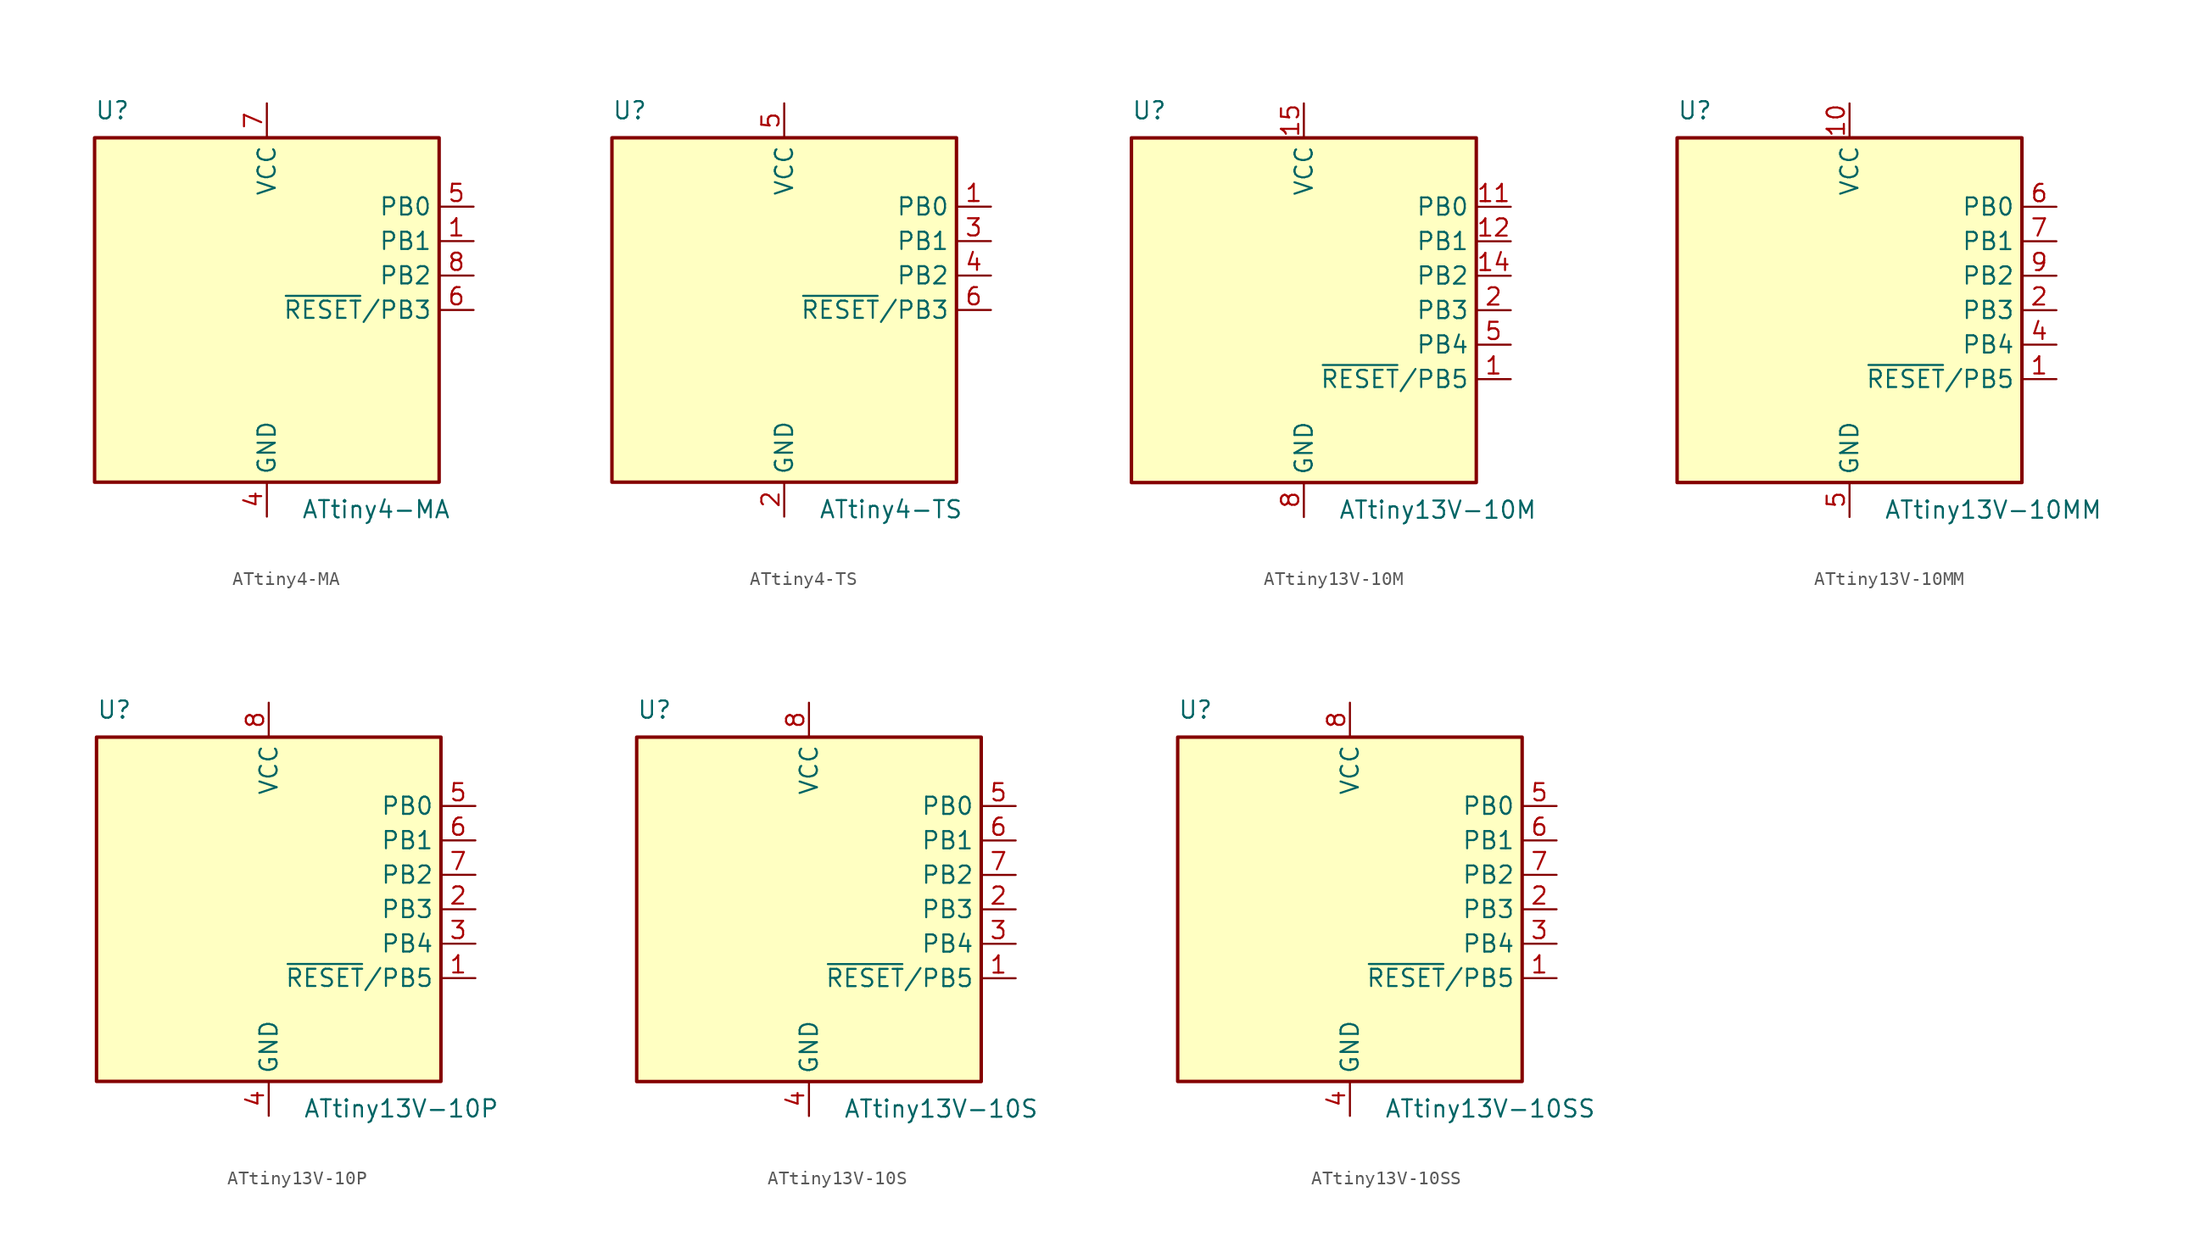
<source format=kicad_sym>
(kicad_symbol_lib
  (version 20201005)
  (generator kicad_symbol_editor)
  (symbol "MCU_Microchip_ATtiny:ATtiny4-MA"
    (property "Reference" "U"
      (at -12.7 13.97 0)
      (effects (font (size 1.27 1.27)) (justify left bottom)))
    (property "Value" "ATtiny4-MA"
      (at 2.54 -13.97 0)
      (effects (font (size 1.27 1.27)) (justify left top)))
    (symbol "ATtiny4-MA_0_1"
      (rectangle (start -12.7 -12.7) (end 12.7 12.7) (stroke (width 0.254)) (fill (type background))))
    (symbol "ATtiny4-MA_1_1"
      (pin bidirectional line (at 15.24 5.08 180) (length 2.54) (name "PB1" (effects (font (size 1.27 1.27)))) (number "1" (effects (font (size 1.27 1.27)))))
      (pin no_connect line (at -12.7 7.62 0) (length 2.54) hide (name "NC" (effects (font (size 1.27 1.27)))) (number "2" (effects (font (size 1.27 1.27)))))
      (pin no_connect line (at -12.7 5.08 0) (length 2.54) hide (name "NC" (effects (font (size 1.27 1.27)))) (number "3" (effects (font (size 1.27 1.27)))))
      (pin power_in line (at 0 -15.24 90) (length 2.54) (name "GND" (effects (font (size 1.27 1.27)))) (number "4" (effects (font (size 1.27 1.27)))))
      (pin bidirectional line (at 15.24 7.62 180) (length 2.54) (name "PB0" (effects (font (size 1.27 1.27)))) (number "5" (effects (font (size 1.27 1.27)))))
      (pin bidirectional line (at 15.24 0 180) (length 2.54) (name "~RESET~/PB3" (effects (font (size 1.27 1.27)))) (number "6" (effects (font (size 1.27 1.27)))))
      (pin power_in line (at 0 15.24 270) (length 2.54) (name "VCC" (effects (font (size 1.27 1.27)))) (number "7" (effects (font (size 1.27 1.27)))))
      (pin bidirectional line (at 15.24 2.54 180) (length 2.54) (name "PB2" (effects (font (size 1.27 1.27)))) (number "8" (effects (font (size 1.27 1.27)))))))
  (symbol "MCU_Microchip_ATtiny:ATtiny4-TS"
    (property "Reference" "U"
      (at -12.7 13.97 0)
      (effects (font (size 1.27 1.27)) (justify left bottom)))
    (property "Value" "ATtiny4-TS"
      (at 2.54 -13.97 0)
      (effects (font (size 1.27 1.27)) (justify left top)))
    (symbol "ATtiny4-TS_0_1"
      (rectangle (start -12.7 -12.7) (end 12.7 12.7) (stroke (width 0.254)) (fill (type background))))
    (symbol "ATtiny4-TS_1_1"
      (pin bidirectional line (at 15.24 7.62 180) (length 2.54) (name "PB0" (effects (font (size 1.27 1.27)))) (number "1" (effects (font (size 1.27 1.27)))))
      (pin power_in line (at 0 -15.24 90) (length 2.54) (name "GND" (effects (font (size 1.27 1.27)))) (number "2" (effects (font (size 1.27 1.27)))))
      (pin bidirectional line (at 15.24 5.08 180) (length 2.54) (name "PB1" (effects (font (size 1.27 1.27)))) (number "3" (effects (font (size 1.27 1.27)))))
      (pin bidirectional line (at 15.24 2.54 180) (length 2.54) (name "PB2" (effects (font (size 1.27 1.27)))) (number "4" (effects (font (size 1.27 1.27)))))
      (pin power_in line (at 0 15.24 270) (length 2.54) (name "VCC" (effects (font (size 1.27 1.27)))) (number "5" (effects (font (size 1.27 1.27)))))
      (pin bidirectional line (at 15.24 0 180) (length 2.54) (name "~RESET~/PB3" (effects (font (size 1.27 1.27)))) (number "6" (effects (font (size 1.27 1.27)))))))
  (symbol "MCU_Microchip_ATtiny:ATtiny13V-10M"
    (property "Reference" "U"
      (at -12.7 13.97 0)
      (effects (font (size 1.27 1.27)) (justify left bottom)))
    (property "Value" "ATtiny13V-10M"
      (at 2.54 -13.97 0)
      (effects (font (size 1.27 1.27)) (justify left top)))
    (symbol "ATtiny13V-10M_0_1"
      (rectangle (start -12.7 -12.7) (end 12.7 12.7) (stroke (width 0.254)) (fill (type background))))
    (symbol "ATtiny13V-10M_1_1"
      (pin bidirectional line (at 15.24 -5.08 180) (length 2.54) (name "~RESET~/PB5" (effects (font (size 1.27 1.27)))) (number "1" (effects (font (size 1.27 1.27)))))
      (pin no_connect line (at -12.7 -2.54 0) (length 2.54) hide (name "NC" (effects (font (size 1.27 1.27)))) (number "10" (effects (font (size 1.27 1.27)))))
      (pin bidirectional line (at 15.24 7.62 180) (length 2.54) (name "PB0" (effects (font (size 1.27 1.27)))) (number "11" (effects (font (size 1.27 1.27)))))
      (pin bidirectional line (at 15.24 5.08 180) (length 2.54) (name "PB1" (effects (font (size 1.27 1.27)))) (number "12" (effects (font (size 1.27 1.27)))))
      (pin no_connect line (at -12.7 -5.08 0) (length 2.54) hide (name "NC" (effects (font (size 1.27 1.27)))) (number "13" (effects (font (size 1.27 1.27)))))
      (pin bidirectional line (at 15.24 2.54 180) (length 2.54) (name "PB2" (effects (font (size 1.27 1.27)))) (number "14" (effects (font (size 1.27 1.27)))))
      (pin power_in line (at 0 15.24 270) (length 2.54) (name "VCC" (effects (font (size 1.27 1.27)))) (number "15" (effects (font (size 1.27 1.27)))))
      (pin no_connect line (at -12.7 -7.62 0) (length 2.54) hide (name "NC" (effects (font (size 1.27 1.27)))) (number "16" (effects (font (size 1.27 1.27)))))
      (pin no_connect line (at -12.7 -10.16 0) (length 2.54) hide (name "NC" (effects (font (size 1.27 1.27)))) (number "17" (effects (font (size 1.27 1.27)))))
      (pin no_connect line (at -7.62 -12.7 90) (length 2.54) hide (name "NC" (effects (font (size 1.27 1.27)))) (number "18" (effects (font (size 1.27 1.27)))))
      (pin no_connect line (at -5.08 -12.7 90) (length 2.54) hide (name "NC" (effects (font (size 1.27 1.27)))) (number "19" (effects (font (size 1.27 1.27)))))
      (pin bidirectional line (at 15.24 0 180) (length 2.54) (name "PB3" (effects (font (size 1.27 1.27)))) (number "2" (effects (font (size 1.27 1.27)))))
      (pin no_connect line (at -2.54 -12.7 90) (length 2.54) hide (name "NC" (effects (font (size 1.27 1.27)))) (number "20" (effects (font (size 1.27 1.27)))))
      (pin passive line (at 0 -15.24 90) (length 2.54) hide (name "GND" (effects (font (size 1.27 1.27)))) (number "21" (effects (font (size 1.27 1.27)))))
      (pin no_connect line (at -12.7 10.16 0) (length 2.54) hide (name "NC" (effects (font (size 1.27 1.27)))) (number "3" (effects (font (size 1.27 1.27)))))
      (pin no_connect line (at -12.7 7.62 0) (length 2.54) hide (name "NC" (effects (font (size 1.27 1.27)))) (number "4" (effects (font (size 1.27 1.27)))))
      (pin bidirectional line (at 15.24 -2.54 180) (length 2.54) (name "PB4" (effects (font (size 1.27 1.27)))) (number "5" (effects (font (size 1.27 1.27)))))
      (pin no_connect line (at -12.7 5.08 0) (length 2.54) hide (name "NC" (effects (font (size 1.27 1.27)))) (number "6" (effects (font (size 1.27 1.27)))))
      (pin no_connect line (at -12.7 2.54 0) (length 2.54) hide (name "NC" (effects (font (size 1.27 1.27)))) (number "7" (effects (font (size 1.27 1.27)))))
      (pin power_in line (at 0 -15.24 90) (length 2.54) (name "GND" (effects (font (size 1.27 1.27)))) (number "8" (effects (font (size 1.27 1.27)))))
      (pin no_connect line (at -12.7 0 0) (length 2.54) hide (name "NC" (effects (font (size 1.27 1.27)))) (number "9" (effects (font (size 1.27 1.27)))))))
  (symbol "MCU_Microchip_ATtiny:ATtiny13V-10MM"
    (property "Reference" "U"
      (at -12.7 13.97 0)
      (effects (font (size 1.27 1.27)) (justify left bottom)))
    (property "Value" "ATtiny13V-10MM"
      (at 2.54 -13.97 0)
      (effects (font (size 1.27 1.27)) (justify left top)))
    (symbol "ATtiny13V-10MM_0_1"
      (rectangle (start -12.7 -12.7) (end 12.7 12.7) (stroke (width 0.254)) (fill (type background))))
    (symbol "ATtiny13V-10MM_1_1"
      (pin bidirectional line (at 15.24 -5.08 180) (length 2.54) (name "~RESET~/PB5" (effects (font (size 1.27 1.27)))) (number "1" (effects (font (size 1.27 1.27)))))
      (pin power_in line (at 0 15.24 270) (length 2.54) (name "VCC" (effects (font (size 1.27 1.27)))) (number "10" (effects (font (size 1.27 1.27)))))
      (pin passive line (at 0 -15.24 90) (length 2.54) hide (name "GND" (effects (font (size 1.27 1.27)))) (number "11" (effects (font (size 1.27 1.27)))))
      (pin bidirectional line (at 15.24 0 180) (length 2.54) (name "PB3" (effects (font (size 1.27 1.27)))) (number "2" (effects (font (size 1.27 1.27)))))
      (pin no_connect line (at -12.7 -7.62 0) (length 2.54) hide (name "NC" (effects (font (size 1.27 1.27)))) (number "3" (effects (font (size 1.27 1.27)))))
      (pin bidirectional line (at 15.24 -2.54 180) (length 2.54) (name "PB4" (effects (font (size 1.27 1.27)))) (number "4" (effects (font (size 1.27 1.27)))))
      (pin power_in line (at 0 -15.24 90) (length 2.54) (name "GND" (effects (font (size 1.27 1.27)))) (number "5" (effects (font (size 1.27 1.27)))))
      (pin bidirectional line (at 15.24 7.62 180) (length 2.54) (name "PB0" (effects (font (size 1.27 1.27)))) (number "6" (effects (font (size 1.27 1.27)))))
      (pin bidirectional line (at 15.24 5.08 180) (length 2.54) (name "PB1" (effects (font (size 1.27 1.27)))) (number "7" (effects (font (size 1.27 1.27)))))
      (pin no_connect line (at -12.7 -10.16 0) (length 2.54) hide (name "NC" (effects (font (size 1.27 1.27)))) (number "8" (effects (font (size 1.27 1.27)))))
      (pin bidirectional line (at 15.24 2.54 180) (length 2.54) (name "PB2" (effects (font (size 1.27 1.27)))) (number "9" (effects (font (size 1.27 1.27)))))))
  (symbol "MCU_Microchip_ATtiny:ATtiny13V-10P"
    (property "Reference" "U"
      (at -12.7 13.97 0)
      (effects (font (size 1.27 1.27)) (justify left bottom)))
    (property "Value" "ATtiny13V-10P"
      (at 2.54 -13.97 0)
      (effects (font (size 1.27 1.27)) (justify left top)))
    (symbol "ATtiny13V-10P_0_1"
      (rectangle (start -12.7 -12.7) (end 12.7 12.7) (stroke (width 0.254)) (fill (type background))))
    (symbol "ATtiny13V-10P_1_1"
      (pin bidirectional line (at 15.24 -5.08 180) (length 2.54) (name "~RESET~/PB5" (effects (font (size 1.27 1.27)))) (number "1" (effects (font (size 1.27 1.27)))))
      (pin bidirectional line (at 15.24 0 180) (length 2.54) (name "PB3" (effects (font (size 1.27 1.27)))) (number "2" (effects (font (size 1.27 1.27)))))
      (pin bidirectional line (at 15.24 -2.54 180) (length 2.54) (name "PB4" (effects (font (size 1.27 1.27)))) (number "3" (effects (font (size 1.27 1.27)))))
      (pin power_in line (at 0 -15.24 90) (length 2.54) (name "GND" (effects (font (size 1.27 1.27)))) (number "4" (effects (font (size 1.27 1.27)))))
      (pin bidirectional line (at 15.24 7.62 180) (length 2.54) (name "PB0" (effects (font (size 1.27 1.27)))) (number "5" (effects (font (size 1.27 1.27)))))
      (pin bidirectional line (at 15.24 5.08 180) (length 2.54) (name "PB1" (effects (font (size 1.27 1.27)))) (number "6" (effects (font (size 1.27 1.27)))))
      (pin bidirectional line (at 15.24 2.54 180) (length 2.54) (name "PB2" (effects (font (size 1.27 1.27)))) (number "7" (effects (font (size 1.27 1.27)))))
      (pin power_in line (at 0 15.24 270) (length 2.54) (name "VCC" (effects (font (size 1.27 1.27)))) (number "8" (effects (font (size 1.27 1.27)))))))
  (symbol "MCU_Microchip_ATtiny:ATtiny13V-10S"
    (property "Reference" "U"
      (at -12.7 13.97 0)
      (effects (font (size 1.27 1.27)) (justify left bottom)))
    (property "Value" "ATtiny13V-10S"
      (at 2.54 -13.97 0)
      (effects (font (size 1.27 1.27)) (justify left top)))
    (symbol "ATtiny13V-10S_0_1"
      (rectangle (start -12.7 -12.7) (end 12.7 12.7) (stroke (width 0.254)) (fill (type background))))
    (symbol "ATtiny13V-10S_1_1"
      (pin bidirectional line (at 15.24 -5.08 180) (length 2.54) (name "~RESET~/PB5" (effects (font (size 1.27 1.27)))) (number "1" (effects (font (size 1.27 1.27)))))
      (pin bidirectional line (at 15.24 0 180) (length 2.54) (name "PB3" (effects (font (size 1.27 1.27)))) (number "2" (effects (font (size 1.27 1.27)))))
      (pin bidirectional line (at 15.24 -2.54 180) (length 2.54) (name "PB4" (effects (font (size 1.27 1.27)))) (number "3" (effects (font (size 1.27 1.27)))))
      (pin power_in line (at 0 -15.24 90) (length 2.54) (name "GND" (effects (font (size 1.27 1.27)))) (number "4" (effects (font (size 1.27 1.27)))))
      (pin bidirectional line (at 15.24 7.62 180) (length 2.54) (name "PB0" (effects (font (size 1.27 1.27)))) (number "5" (effects (font (size 1.27 1.27)))))
      (pin bidirectional line (at 15.24 5.08 180) (length 2.54) (name "PB1" (effects (font (size 1.27 1.27)))) (number "6" (effects (font (size 1.27 1.27)))))
      (pin bidirectional line (at 15.24 2.54 180) (length 2.54) (name "PB2" (effects (font (size 1.27 1.27)))) (number "7" (effects (font (size 1.27 1.27)))))
      (pin power_in line (at 0 15.24 270) (length 2.54) (name "VCC" (effects (font (size 1.27 1.27)))) (number "8" (effects (font (size 1.27 1.27)))))))
  (symbol "MCU_Microchip_ATtiny:ATtiny13V-10SS"
    (property "Reference" "U"
      (at -12.7 13.97 0)
      (effects (font (size 1.27 1.27)) (justify left bottom)))
    (property "Value" "ATtiny13V-10SS"
      (at 2.54 -13.97 0)
      (effects (font (size 1.27 1.27)) (justify left top)))
    (symbol "ATtiny13V-10SS_0_1"
      (rectangle (start -12.7 -12.7) (end 12.7 12.7) (stroke (width 0.254)) (fill (type background))))
    (symbol "ATtiny13V-10SS_1_1"
      (pin bidirectional line (at 15.24 -5.08 180) (length 2.54) (name "~RESET~/PB5" (effects (font (size 1.27 1.27)))) (number "1" (effects (font (size 1.27 1.27)))))
      (pin bidirectional line (at 15.24 0 180) (length 2.54) (name "PB3" (effects (font (size 1.27 1.27)))) (number "2" (effects (font (size 1.27 1.27)))))
      (pin bidirectional line (at 15.24 -2.54 180) (length 2.54) (name "PB4" (effects (font (size 1.27 1.27)))) (number "3" (effects (font (size 1.27 1.27)))))
      (pin power_in line (at 0 -15.24 90) (length 2.54) (name "GND" (effects (font (size 1.27 1.27)))) (number "4" (effects (font (size 1.27 1.27)))))
      (pin bidirectional line (at 15.24 7.62 180) (length 2.54) (name "PB0" (effects (font (size 1.27 1.27)))) (number "5" (effects (font (size 1.27 1.27)))))
      (pin bidirectional line (at 15.24 5.08 180) (length 2.54) (name "PB1" (effects (font (size 1.27 1.27)))) (number "6" (effects (font (size 1.27 1.27)))))
      (pin bidirectional line (at 15.24 2.54 180) (length 2.54) (name "PB2" (effects (font (size 1.27 1.27)))) (number "7" (effects (font (size 1.27 1.27)))))
      (pin power_in line (at 0 15.24 270) (length 2.54) (name "VCC" (effects (font (size 1.27 1.27)))) (number "8" (effects (font (size 1.27 1.27))))))))
</source>
